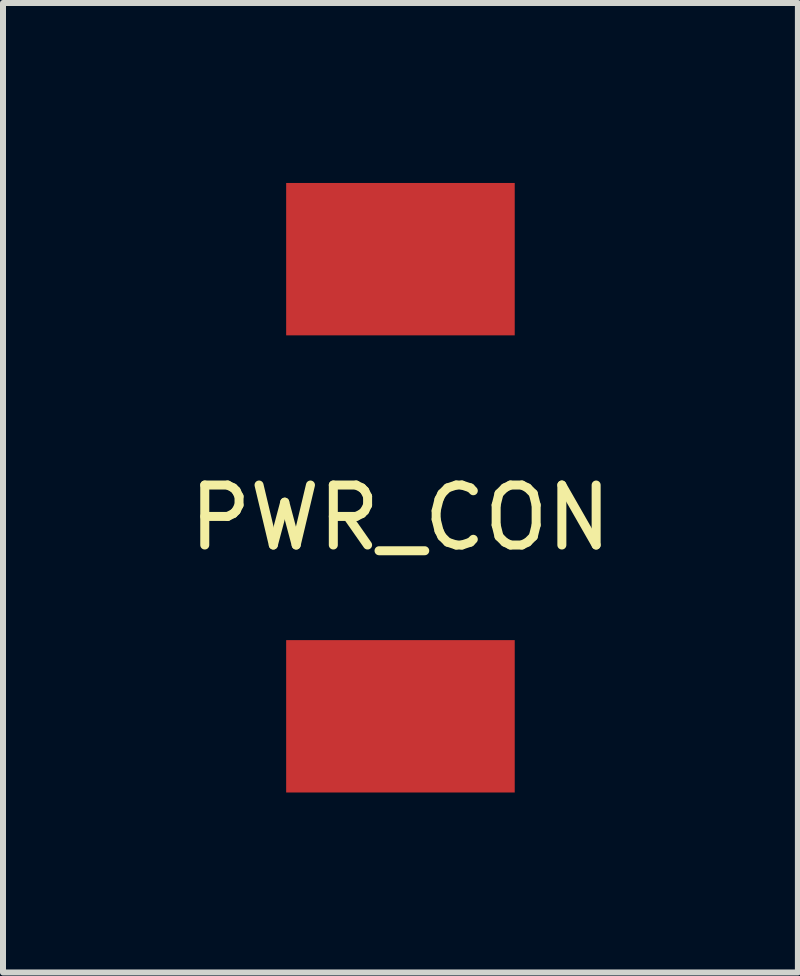
<source format=kicad_pcb>
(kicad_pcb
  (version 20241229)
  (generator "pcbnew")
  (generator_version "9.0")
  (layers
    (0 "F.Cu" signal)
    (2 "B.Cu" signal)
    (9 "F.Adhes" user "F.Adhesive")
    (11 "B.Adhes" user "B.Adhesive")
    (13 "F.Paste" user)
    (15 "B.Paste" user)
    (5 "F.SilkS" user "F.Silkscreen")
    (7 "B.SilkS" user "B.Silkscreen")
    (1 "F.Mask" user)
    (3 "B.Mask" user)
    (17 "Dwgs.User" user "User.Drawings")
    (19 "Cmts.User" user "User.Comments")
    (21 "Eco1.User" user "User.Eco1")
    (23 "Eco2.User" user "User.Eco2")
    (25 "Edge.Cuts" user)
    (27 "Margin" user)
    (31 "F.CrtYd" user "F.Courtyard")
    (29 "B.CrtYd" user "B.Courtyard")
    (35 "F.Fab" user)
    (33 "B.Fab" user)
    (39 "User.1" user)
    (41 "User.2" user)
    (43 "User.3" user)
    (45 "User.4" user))
  (footprint "PWR_CON"
    (layer "F.Cu")
    (at 3.625 5.08)
    (property "Reference" "PWR_CON" (at 0 0.5 0) (layer "F.SilkS") (effects (font (size 1 1) (thickness 0.15))))
    (attr through_hole)
    (pad "1" smd rect (at 0 -3.81) (size 3.81 2.54) (layers "F.Cu" "F.Mask" "F.Paste"))
    (pad "2" smd rect (at 0 3.81) (size 3.81 2.54) (layers "F.Cu" "F.Mask" "F.Paste")))
  (gr_rect
    (start -3 -3)
    (end 10.25 13.16)
    (stroke (width 0.1) (type default))
    (fill no)
    (layer "Edge.Cuts")))
</source>
